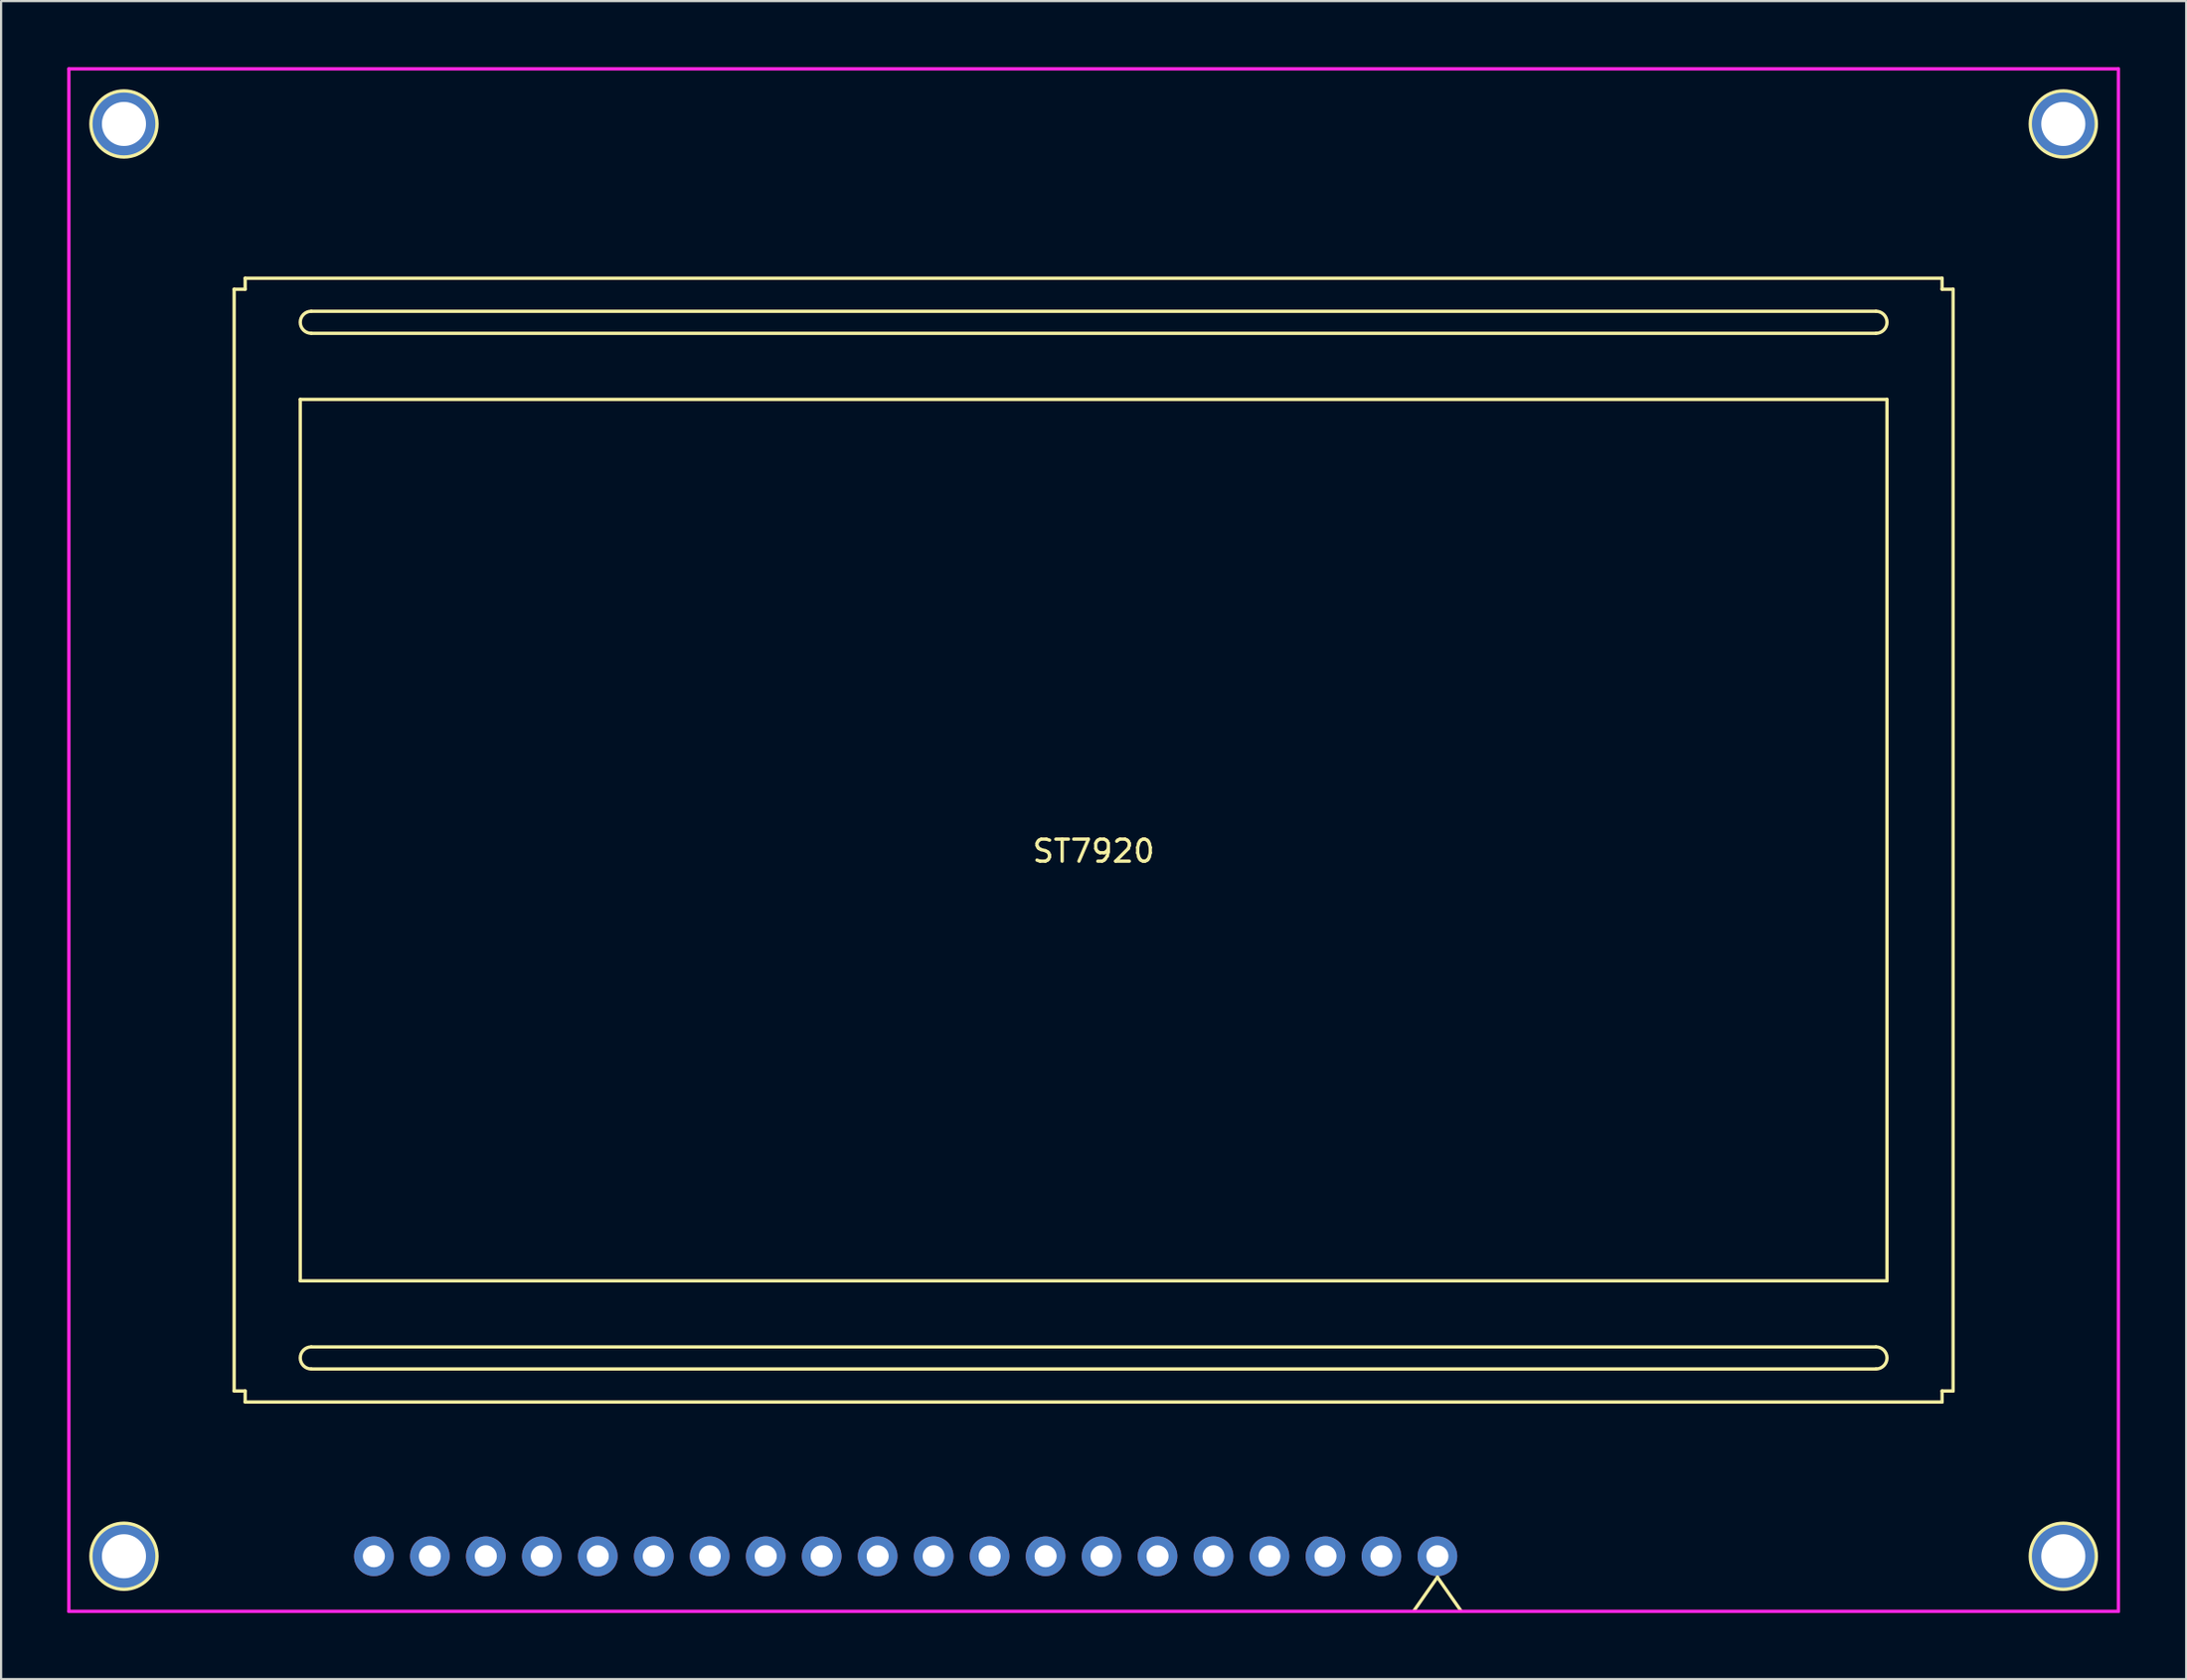
<source format=kicad_pcb>
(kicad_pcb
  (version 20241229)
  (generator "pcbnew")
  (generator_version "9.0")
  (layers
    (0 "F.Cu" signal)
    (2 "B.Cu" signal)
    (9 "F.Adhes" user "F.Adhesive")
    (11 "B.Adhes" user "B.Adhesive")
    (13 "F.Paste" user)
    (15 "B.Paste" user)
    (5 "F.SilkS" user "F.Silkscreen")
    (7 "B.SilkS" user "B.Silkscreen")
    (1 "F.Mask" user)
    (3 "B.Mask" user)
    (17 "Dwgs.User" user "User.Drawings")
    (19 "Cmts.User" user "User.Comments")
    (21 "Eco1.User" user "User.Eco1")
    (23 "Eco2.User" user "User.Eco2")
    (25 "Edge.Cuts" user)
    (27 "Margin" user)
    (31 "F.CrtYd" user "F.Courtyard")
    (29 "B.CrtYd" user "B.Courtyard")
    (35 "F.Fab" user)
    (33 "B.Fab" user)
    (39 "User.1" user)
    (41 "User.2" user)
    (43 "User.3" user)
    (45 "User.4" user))
  (footprint "ST7920"
    (layer "F.Cu")
    (at 46.575 35.075)
    (property "Reference" "ST7920" (at 0 0.5 0) (layer "F.SilkS") (effects (font (size 1 1) (thickness 0.15))))
    (attr through_hole)
    (fp_line (start -39 -25) (end -38.5 -25) (stroke (width 0.15) (type solid)) (layer "F.SilkS"))
    (fp_line (start -39 25) (end -39 -25) (stroke (width 0.15) (type solid)) (layer "F.SilkS"))
    (fp_line (start -39 25) (end -38.5 25) (stroke (width 0.15) (type solid)) (layer "F.SilkS"))
    (fp_line (start -38.5 -25) (end -38.5 -25.5) (stroke (width 0.15) (type solid)) (layer "F.SilkS"))
    (fp_line (start -38.5 25) (end -38.5 25.5) (stroke (width 0.15) (type solid)) (layer "F.SilkS"))
    (fp_line (start -36 -20) (end 36 -20) (stroke (width 0.15) (type solid)) (layer "F.SilkS"))
    (fp_line (start -36 20) (end -36 -20) (stroke (width 0.15) (type solid)) (layer "F.SilkS"))
    (fp_line (start -35.5 -24) (end 35.5 -24) (stroke (width 0.15) (type solid)) (layer "F.SilkS"))
    (fp_line (start -35.5 24) (end 35.5 24) (stroke (width 0.15) (type solid)) (layer "F.SilkS"))
    (fp_line (start 15.6 33.45) (end 14.55 34.95) (stroke (width 0.15) (type solid)) (layer "F.SilkS"))
    (fp_line (start 15.6 33.45) (end 16.65 34.95) (stroke (width 0.15) (type solid)) (layer "F.SilkS"))
    (fp_line (start 35.5 -23) (end -35.5 -23) (stroke (width 0.15) (type solid)) (layer "F.SilkS"))
    (fp_line (start 35.5 23) (end -35.5 23) (stroke (width 0.15) (type solid)) (layer "F.SilkS"))
    (fp_line (start 36 -20) (end 36 20) (stroke (width 0.15) (type solid)) (layer "F.SilkS"))
    (fp_line (start 36 20) (end -36 20) (stroke (width 0.15) (type solid)) (layer "F.SilkS"))
    (fp_line (start 38.5 -25.5) (end -38.5 -25.5) (stroke (width 0.15) (type solid)) (layer "F.SilkS"))
    (fp_line (start 38.5 -25.5) (end 38.5 -25) (stroke (width 0.15) (type solid)) (layer "F.SilkS"))
    (fp_line (start 38.5 -25) (end 39 -25) (stroke (width 0.15) (type solid)) (layer "F.SilkS"))
    (fp_line (start 38.5 25) (end 38.5 25.5) (stroke (width 0.15) (type solid)) (layer "F.SilkS"))
    (fp_line (start 38.5 25.5) (end -38.5 25.5) (stroke (width 0.15) (type solid)) (layer "F.SilkS"))
    (fp_line (start 39 -25) (end 39 25) (stroke (width 0.15) (type solid)) (layer "F.SilkS"))
    (fp_line (start 39 25) (end 38.5 25) (stroke (width 0.15) (type solid)) (layer "F.SilkS"))
    (fp_arc (start -35.5 -23) (mid -36 -23.5) (end -35.5 -24) (stroke (width 0.15) (type solid)) (layer "F.SilkS"))
    (fp_arc (start -35.5 24) (mid -36 23.5) (end -35.5 23) (stroke (width 0.15) (type solid)) (layer "F.SilkS"))
    (fp_arc (start 35.5 -24) (mid 36 -23.5) (end 35.5 -23) (stroke (width 0.15) (type solid)) (layer "F.SilkS"))
    (fp_arc (start 35.5 23) (mid 36 23.5) (end 35.5 24) (stroke (width 0.15) (type solid)) (layer "F.SilkS"))
    (fp_circle (center -44 -32.5) (end -42.5 -32.5) (stroke (width 0.15) (type solid)) (fill no) (layer "F.SilkS"))
    (fp_circle (center -44 32.5) (end -42.5 32.5) (stroke (width 0.15) (type solid)) (fill no) (layer "F.SilkS"))
    (fp_circle (center 44 -32.5) (end 45.5 -32.5) (stroke (width 0.15) (type solid)) (fill no) (layer "F.SilkS"))
    (fp_circle (center 44 32.5) (end 45.5 32.5) (stroke (width 0.15) (type solid)) (fill no) (layer "F.SilkS"))
    (fp_line (start -46.5 -35) (end 46.5 -35) (stroke (width 0.15) (type solid)) (layer "F.CrtYd"))
    (fp_line (start -46.5 35) (end -46.5 -35) (stroke (width 0.15) (type solid)) (layer "F.CrtYd"))
    (fp_line (start 46.5 -35) (end 46.5 35) (stroke (width 0.15) (type solid)) (layer "F.CrtYd"))
    (fp_line (start 46.5 35) (end -46.5 35) (stroke (width 0.15) (type solid)) (layer "F.CrtYd"))
    (pad "" thru_hole circle (at -44 -32.5) (size 3 3) (drill 2) (layers "*.Cu" "*.Mask"))
    (pad "" thru_hole circle (at -44 32.5) (size 3 3) (drill 2) (layers "*.Cu" "*.Mask"))
    (pad "" thru_hole circle (at 44 -32.5) (size 3 3) (drill 2) (layers "*.Cu" "*.Mask"))
    (pad "" thru_hole circle (at 44 32.5) (size 3 3) (drill 2) (layers "*.Cu" "*.Mask"))
    (pad "1" thru_hole circle (at 15.6 32.5) (size 1.8 1.8) (drill 1) (layers "*.Cu" "*.Mask"))
    (pad "2" thru_hole circle (at 13.06 32.5) (size 1.8 1.8) (drill 1) (layers "*.Cu" "*.Mask"))
    (pad "3" thru_hole circle (at 10.52 32.5) (size 1.8 1.8) (drill 1) (layers "*.Cu" "*.Mask"))
    (pad "4" thru_hole circle (at 7.98 32.5) (size 1.8 1.8) (drill 1) (layers "*.Cu" "*.Mask"))
    (pad "5" thru_hole circle (at 5.44 32.5) (size 1.8 1.8) (drill 1) (layers "*.Cu" "*.Mask"))
    (pad "6" thru_hole circle (at 2.9 32.5) (size 1.8 1.8) (drill 1) (layers "*.Cu" "*.Mask"))
    (pad "7" thru_hole circle (at 0.36 32.5) (size 1.8 1.8) (drill 1) (layers "*.Cu" "*.Mask"))
    (pad "8" thru_hole circle (at -2.18 32.5) (size 1.8 1.8) (drill 1) (layers "*.Cu" "*.Mask"))
    (pad "9" thru_hole circle (at -4.72 32.5) (size 1.8 1.8) (drill 1) (layers "*.Cu" "*.Mask"))
    (pad "10" thru_hole circle (at -7.26 32.5) (size 1.8 1.8) (drill 1) (layers "*.Cu" "*.Mask"))
    (pad "11" thru_hole circle (at -9.8 32.5) (size 1.8 1.8) (drill 1) (layers "*.Cu" "*.Mask"))
    (pad "12" thru_hole circle (at -12.34 32.5) (size 1.8 1.8) (drill 1) (layers "*.Cu" "*.Mask"))
    (pad "13" thru_hole circle (at -14.88 32.5) (size 1.8 1.8) (drill 1) (layers "*.Cu" "*.Mask"))
    (pad "14" thru_hole circle (at -17.42 32.5) (size 1.8 1.8) (drill 1) (layers "*.Cu" "*.Mask"))
    (pad "15" thru_hole circle (at -19.96 32.5) (size 1.8 1.8) (drill 1) (layers "*.Cu" "*.Mask"))
    (pad "16" thru_hole circle (at -22.5 32.5) (size 1.8 1.8) (drill 1) (layers "*.Cu" "*.Mask"))
    (pad "17" thru_hole circle (at -25.04 32.5) (size 1.8 1.8) (drill 1) (layers "*.Cu" "*.Mask"))
    (pad "18" thru_hole circle (at -27.58 32.5) (size 1.8 1.8) (drill 1) (layers "*.Cu" "*.Mask"))
    (pad "19" thru_hole circle (at -30.12 32.5) (size 1.8 1.8) (drill 1) (layers "*.Cu" "*.Mask"))
    (pad "20" thru_hole circle (at -32.66 32.5) (size 1.8 1.8) (drill 1) (layers "*.Cu" "*.Mask")))
  (gr_rect
    (start -3 -3)
    (end 96.15 73.15)
    (stroke (width 0.1) (type default))
    (fill no)
    (layer "Edge.Cuts")))
</source>
